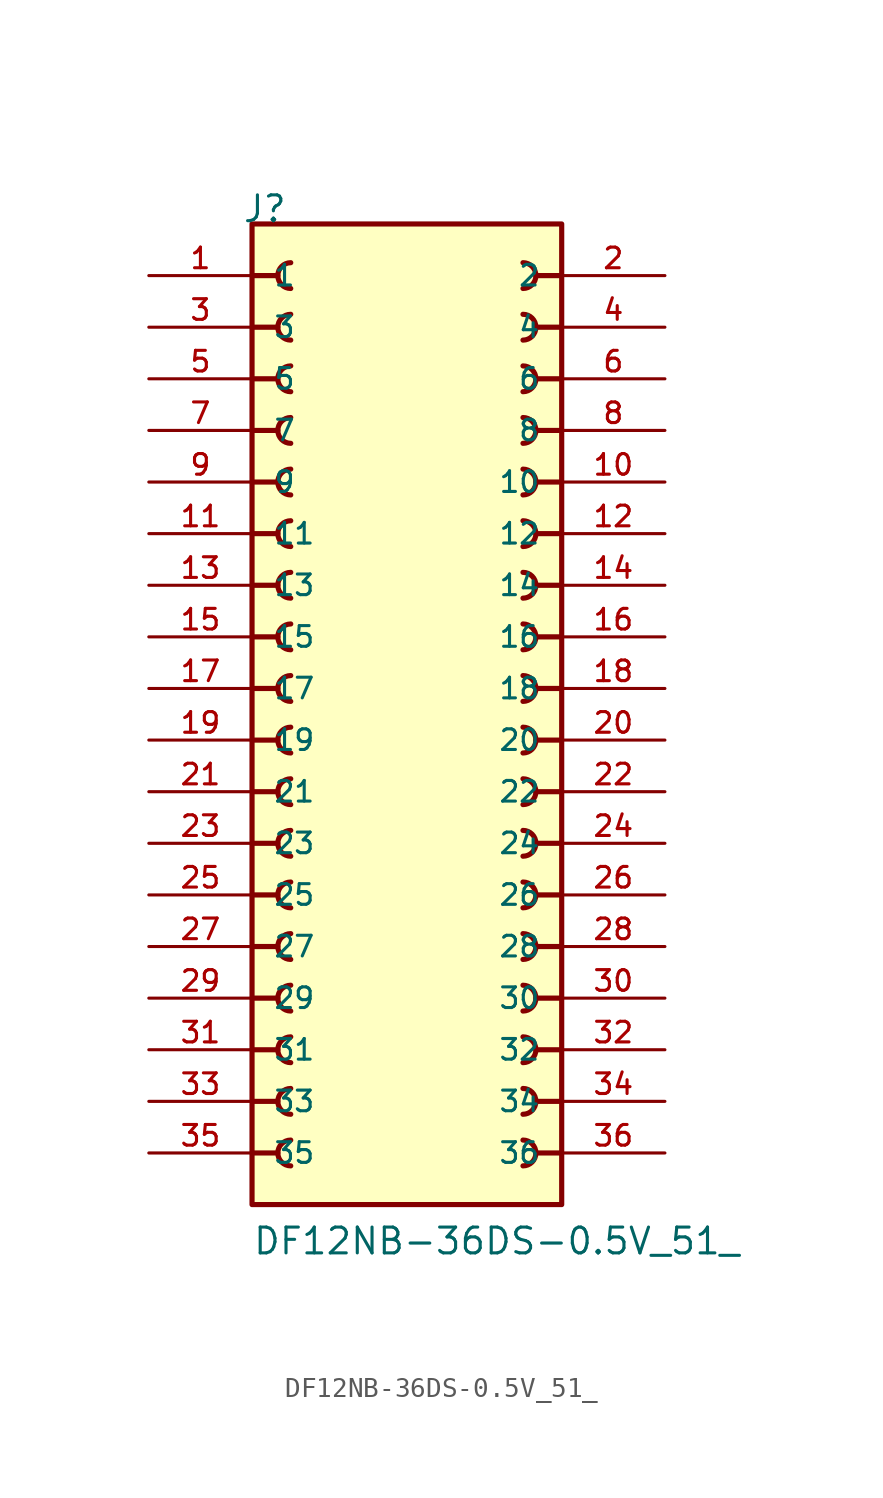
<source format=kicad_sym>
(kicad_symbol_lib
  (version 20211014)
  (generator kicad_symbol_editor)
  (symbol "DF12NB-36DS-0.5V_51_"
    (pin_names
      (offset 1.016))
    (property "Reference" "J"
      (at -8.12 25.4 0)
      (effects (font (size 1.27 1.27)) (justify bottom left)))
    (property "Value" "DF12NB-36DS-0.5V_51_"
      (at -7.62 -25.4 0)
      (effects (font (size 1.27 1.27)) (justify bottom left)))
    (symbol "DF12NB-36DS-0.5V_51__0_0"
      (polyline (pts (xy -7.62 22.86) (xy -6.35 22.86)) (stroke (width 0.254)))
      (arc (start -5.715 23.495) (mid -6.35 22.86) (end -5.715 22.225) (stroke (width 0.254) (type default) (color 0 0 0 0)) (fill (type none)))
      (polyline (pts (xy 7.62 22.86) (xy 6.35 22.86)) (stroke (width 0.254)))
      (arc (start 5.715 22.225) (mid 6.35 22.86) (end 5.715 23.495) (stroke (width 0.254) (type default) (color 0 0 0 0)) (fill (type none)))
      (polyline (pts (xy -7.62 20.32) (xy -6.35 20.32)) (stroke (width 0.254)))
      (arc (start -5.715 20.955) (mid -6.35 20.32) (end -5.715 19.685) (stroke (width 0.254) (type default) (color 0 0 0 0)) (fill (type none)))
      (polyline (pts (xy 7.62 20.32) (xy 6.35 20.32)) (stroke (width 0.254)))
      (arc (start 5.715 19.685) (mid 6.35 20.32) (end 5.715 20.955) (stroke (width 0.254) (type default) (color 0 0 0 0)) (fill (type none)))
      (polyline (pts (xy -7.62 17.78) (xy -6.35 17.78)) (stroke (width 0.254)))
      (arc (start -5.715 18.415) (mid -6.35 17.78) (end -5.715 17.145) (stroke (width 0.254) (type default) (color 0 0 0 0)) (fill (type none)))
      (polyline (pts (xy 7.62 17.78) (xy 6.35 17.78)) (stroke (width 0.254)))
      (arc (start 5.715 17.145) (mid 6.35 17.78) (end 5.715 18.415) (stroke (width 0.254) (type default) (color 0 0 0 0)) (fill (type none)))
      (polyline (pts (xy -7.62 15.24) (xy -6.35 15.24)) (stroke (width 0.254)))
      (arc (start -5.715 15.875) (mid -6.35 15.24) (end -5.715 14.605) (stroke (width 0.254) (type default) (color 0 0 0 0)) (fill (type none)))
      (polyline (pts (xy 7.62 15.24) (xy 6.35 15.24)) (stroke (width 0.254)))
      (arc (start 5.715 14.605) (mid 6.35 15.24) (end 5.715 15.875) (stroke (width 0.254) (type default) (color 0 0 0 0)) (fill (type none)))
      (polyline (pts (xy -7.62 12.7) (xy -6.35 12.7)) (stroke (width 0.254)))
      (arc (start -5.715 13.335) (mid -6.35 12.7) (end -5.715 12.065) (stroke (width 0.254) (type default) (color 0 0 0 0)) (fill (type none)))
      (polyline (pts (xy 7.62 12.7) (xy 6.35 12.7)) (stroke (width 0.254)))
      (arc (start 5.715 12.065) (mid 6.35 12.7) (end 5.715 13.335) (stroke (width 0.254) (type default) (color 0 0 0 0)) (fill (type none)))
      (polyline (pts (xy -7.62 10.16) (xy -6.35 10.16)) (stroke (width 0.254)))
      (arc (start -5.715 10.795) (mid -6.35 10.16) (end -5.715 9.525) (stroke (width 0.254) (type default) (color 0 0 0 0)) (fill (type none)))
      (polyline (pts (xy 7.62 10.16) (xy 6.35 10.16)) (stroke (width 0.254)))
      (arc (start 5.715 9.525) (mid 6.35 10.16) (end 5.715 10.795) (stroke (width 0.254) (type default) (color 0 0 0 0)) (fill (type none)))
      (polyline (pts (xy -7.62 7.62) (xy -6.35 7.62)) (stroke (width 0.254)))
      (arc (start -5.715 8.255) (mid -6.35 7.62) (end -5.715 6.985) (stroke (width 0.254) (type default) (color 0 0 0 0)) (fill (type none)))
      (polyline (pts (xy 7.62 7.62) (xy 6.35 7.62)) (stroke (width 0.254)))
      (arc (start 5.715 6.985) (mid 6.35 7.62) (end 5.715 8.255) (stroke (width 0.254) (type default) (color 0 0 0 0)) (fill (type none)))
      (polyline (pts (xy -7.62 5.08) (xy -6.35 5.08)) (stroke (width 0.254)))
      (arc (start -5.715 5.715) (mid -6.35 5.08) (end -5.715 4.445) (stroke (width 0.254) (type default) (color 0 0 0 0)) (fill (type none)))
      (polyline (pts (xy 7.62 5.08) (xy 6.35 5.08)) (stroke (width 0.254)))
      (arc (start 5.715 4.445) (mid 6.35 5.08) (end 5.715 5.715) (stroke (width 0.254) (type default) (color 0 0 0 0)) (fill (type none)))
      (polyline (pts (xy -7.62 2.54) (xy -6.35 2.54)) (stroke (width 0.254)))
      (arc (start -5.715 3.175) (mid -6.35 2.54) (end -5.715 1.905) (stroke (width 0.254) (type default) (color 0 0 0 0)) (fill (type none)))
      (polyline (pts (xy 7.62 2.54) (xy 6.35 2.54)) (stroke (width 0.254)))
      (arc (start 5.715 1.905) (mid 6.35 2.54) (end 5.715 3.175) (stroke (width 0.254) (type default) (color 0 0 0 0)) (fill (type none)))
      (polyline (pts (xy -7.62 0.0) (xy -6.35 0.0)) (stroke (width 0.254)))
      (arc (start -5.715 0.635) (mid -6.35 -0.0) (end -5.715 -0.635) (stroke (width 0.254) (type default) (color 0 0 0 0)) (fill (type none)))
      (polyline (pts (xy 7.62 0.0) (xy 6.35 0.0)) (stroke (width 0.254)))
      (arc (start 5.715 -0.635) (mid 6.35 0.0) (end 5.715 0.635) (stroke (width 0.254) (type default) (color 0 0 0 0)) (fill (type none)))
      (polyline (pts (xy -7.62 -2.54) (xy -6.35 -2.54)) (stroke (width 0.254)))
      (arc (start -5.715 -1.905) (mid -6.35 -2.54) (end -5.715 -3.175) (stroke (width 0.254) (type default) (color 0 0 0 0)) (fill (type none)))
      (polyline (pts (xy 7.62 -2.54) (xy 6.35 -2.54)) (stroke (width 0.254)))
      (arc (start 5.715 -3.175) (mid 6.35 -2.54) (end 5.715 -1.905) (stroke (width 0.254) (type default) (color 0 0 0 0)) (fill (type none)))
      (polyline (pts (xy -7.62 -5.08) (xy -6.35 -5.08)) (stroke (width 0.254)))
      (arc (start -5.715 -4.445) (mid -6.35 -5.08) (end -5.715 -5.715) (stroke (width 0.254) (type default) (color 0 0 0 0)) (fill (type none)))
      (polyline (pts (xy 7.62 -5.08) (xy 6.35 -5.08)) (stroke (width 0.254)))
      (arc (start 5.715 -5.715) (mid 6.35 -5.08) (end 5.715 -4.445) (stroke (width 0.254) (type default) (color 0 0 0 0)) (fill (type none)))
      (polyline (pts (xy -7.62 -7.62) (xy -6.35 -7.62)) (stroke (width 0.254)))
      (arc (start -5.715 -6.985) (mid -6.35 -7.62) (end -5.715 -8.255) (stroke (width 0.254) (type default) (color 0 0 0 0)) (fill (type none)))
      (polyline (pts (xy 7.62 -7.62) (xy 6.35 -7.62)) (stroke (width 0.254)))
      (arc (start 5.715 -8.255) (mid 6.35 -7.62) (end 5.715 -6.985) (stroke (width 0.254) (type default) (color 0 0 0 0)) (fill (type none)))
      (polyline (pts (xy -7.62 -10.16) (xy -6.35 -10.16)) (stroke (width 0.254)))
      (arc (start -5.715 -9.525) (mid -6.35 -10.16) (end -5.715 -10.795) (stroke (width 0.254) (type default) (color 0 0 0 0)) (fill (type none)))
      (polyline (pts (xy 7.62 -10.16) (xy 6.35 -10.16)) (stroke (width 0.254)))
      (arc (start 5.715 -10.795) (mid 6.35 -10.16) (end 5.715 -9.525) (stroke (width 0.254) (type default) (color 0 0 0 0)) (fill (type none)))
      (polyline (pts (xy -7.62 -12.7) (xy -6.35 -12.7)) (stroke (width 0.254)))
      (arc (start -5.715 -12.065) (mid -6.35 -12.7) (end -5.715 -13.335) (stroke (width 0.254) (type default) (color 0 0 0 0)) (fill (type none)))
      (polyline (pts (xy 7.62 -12.7) (xy 6.35 -12.7)) (stroke (width 0.254)))
      (arc (start 5.715 -13.335) (mid 6.35 -12.7) (end 5.715 -12.065) (stroke (width 0.254) (type default) (color 0 0 0 0)) (fill (type none)))
      (polyline (pts (xy -7.62 -15.24) (xy -6.35 -15.24)) (stroke (width 0.254)))
      (arc (start -5.715 -14.605) (mid -6.35 -15.24) (end -5.715 -15.875) (stroke (width 0.254) (type default) (color 0 0 0 0)) (fill (type none)))
      (polyline (pts (xy 7.62 -15.24) (xy 6.35 -15.24)) (stroke (width 0.254)))
      (arc (start 5.715 -15.875) (mid 6.35 -15.24) (end 5.715 -14.605) (stroke (width 0.254) (type default) (color 0 0 0 0)) (fill (type none)))
      (polyline (pts (xy -7.62 -17.78) (xy -6.35 -17.78)) (stroke (width 0.254)))
      (arc (start -5.715 -17.145) (mid -6.35 -17.78) (end -5.715 -18.415) (stroke (width 0.254) (type default) (color 0 0 0 0)) (fill (type none)))
      (polyline (pts (xy 7.62 -17.78) (xy 6.35 -17.78)) (stroke (width 0.254)))
      (arc (start 5.715 -18.415) (mid 6.35 -17.78) (end 5.715 -17.145) (stroke (width 0.254) (type default) (color 0 0 0 0)) (fill (type none)))
      (polyline (pts (xy -7.62 -20.32) (xy -6.35 -20.32)) (stroke (width 0.254)))
      (arc (start -5.715 -19.685) (mid -6.35 -20.32) (end -5.715 -20.955) (stroke (width 0.254) (type default) (color 0 0 0 0)) (fill (type none)))
      (polyline (pts (xy 7.62 -20.32) (xy 6.35 -20.32)) (stroke (width 0.254)))
      (arc (start 5.715 -20.955) (mid 6.35 -20.32) (end 5.715 -19.685) (stroke (width 0.254) (type default) (color 0 0 0 0)) (fill (type none)))
      (rectangle (start -7.62 -22.86) (end 7.62 25.4) (stroke (width 0.254)) (fill (type background)))
      (pin passive line (at -12.7 22.86 0) (length 5.08) (name "1" (effects (font (size 1.016 1.016)))) (number "1" (effects (font (size 1.016 1.016)))))
      (pin passive line (at 12.7 22.86 180.0) (length 5.08) (name "2" (effects (font (size 1.016 1.016)))) (number "2" (effects (font (size 1.016 1.016)))))
      (pin passive line (at -12.7 20.32 0) (length 5.08) (name "3" (effects (font (size 1.016 1.016)))) (number "3" (effects (font (size 1.016 1.016)))))
      (pin passive line (at 12.7 20.32 180.0) (length 5.08) (name "4" (effects (font (size 1.016 1.016)))) (number "4" (effects (font (size 1.016 1.016)))))
      (pin passive line (at -12.7 17.78 0) (length 5.08) (name "5" (effects (font (size 1.016 1.016)))) (number "5" (effects (font (size 1.016 1.016)))))
      (pin passive line (at 12.7 17.78 180.0) (length 5.08) (name "6" (effects (font (size 1.016 1.016)))) (number "6" (effects (font (size 1.016 1.016)))))
      (pin passive line (at -12.7 15.24 0) (length 5.08) (name "7" (effects (font (size 1.016 1.016)))) (number "7" (effects (font (size 1.016 1.016)))))
      (pin passive line (at 12.7 15.24 180.0) (length 5.08) (name "8" (effects (font (size 1.016 1.016)))) (number "8" (effects (font (size 1.016 1.016)))))
      (pin passive line (at -12.7 12.7 0) (length 5.08) (name "9" (effects (font (size 1.016 1.016)))) (number "9" (effects (font (size 1.016 1.016)))))
      (pin passive line (at 12.7 12.7 180.0) (length 5.08) (name "10" (effects (font (size 1.016 1.016)))) (number "10" (effects (font (size 1.016 1.016)))))
      (pin passive line (at -12.7 10.16 0) (length 5.08) (name "11" (effects (font (size 1.016 1.016)))) (number "11" (effects (font (size 1.016 1.016)))))
      (pin passive line (at 12.7 10.16 180.0) (length 5.08) (name "12" (effects (font (size 1.016 1.016)))) (number "12" (effects (font (size 1.016 1.016)))))
      (pin passive line (at -12.7 7.62 0) (length 5.08) (name "13" (effects (font (size 1.016 1.016)))) (number "13" (effects (font (size 1.016 1.016)))))
      (pin passive line (at 12.7 7.62 180.0) (length 5.08) (name "14" (effects (font (size 1.016 1.016)))) (number "14" (effects (font (size 1.016 1.016)))))
      (pin passive line (at -12.7 5.08 0) (length 5.08) (name "15" (effects (font (size 1.016 1.016)))) (number "15" (effects (font (size 1.016 1.016)))))
      (pin passive line (at 12.7 5.08 180.0) (length 5.08) (name "16" (effects (font (size 1.016 1.016)))) (number "16" (effects (font (size 1.016 1.016)))))
      (pin passive line (at -12.7 2.54 0) (length 5.08) (name "17" (effects (font (size 1.016 1.016)))) (number "17" (effects (font (size 1.016 1.016)))))
      (pin passive line (at 12.7 2.54 180.0) (length 5.08) (name "18" (effects (font (size 1.016 1.016)))) (number "18" (effects (font (size 1.016 1.016)))))
      (pin passive line (at -12.7 0.0 0) (length 5.08) (name "19" (effects (font (size 1.016 1.016)))) (number "19" (effects (font (size 1.016 1.016)))))
      (pin passive line (at 12.7 0.0 180.0) (length 5.08) (name "20" (effects (font (size 1.016 1.016)))) (number "20" (effects (font (size 1.016 1.016)))))
      (pin passive line (at -12.7 -2.54 0) (length 5.08) (name "21" (effects (font (size 1.016 1.016)))) (number "21" (effects (font (size 1.016 1.016)))))
      (pin passive line (at 12.7 -2.54 180.0) (length 5.08) (name "22" (effects (font (size 1.016 1.016)))) (number "22" (effects (font (size 1.016 1.016)))))
      (pin passive line (at -12.7 -5.08 0) (length 5.08) (name "23" (effects (font (size 1.016 1.016)))) (number "23" (effects (font (size 1.016 1.016)))))
      (pin passive line (at 12.7 -5.08 180.0) (length 5.08) (name "24" (effects (font (size 1.016 1.016)))) (number "24" (effects (font (size 1.016 1.016)))))
      (pin passive line (at -12.7 -7.62 0) (length 5.08) (name "25" (effects (font (size 1.016 1.016)))) (number "25" (effects (font (size 1.016 1.016)))))
      (pin passive line (at 12.7 -7.62 180.0) (length 5.08) (name "26" (effects (font (size 1.016 1.016)))) (number "26" (effects (font (size 1.016 1.016)))))
      (pin passive line (at -12.7 -10.16 0) (length 5.08) (name "27" (effects (font (size 1.016 1.016)))) (number "27" (effects (font (size 1.016 1.016)))))
      (pin passive line (at 12.7 -10.16 180.0) (length 5.08) (name "28" (effects (font (size 1.016 1.016)))) (number "28" (effects (font (size 1.016 1.016)))))
      (pin passive line (at -12.7 -12.7 0) (length 5.08) (name "29" (effects (font (size 1.016 1.016)))) (number "29" (effects (font (size 1.016 1.016)))))
      (pin passive line (at 12.7 -12.7 180.0) (length 5.08) (name "30" (effects (font (size 1.016 1.016)))) (number "30" (effects (font (size 1.016 1.016)))))
      (pin passive line (at -12.7 -15.24 0) (length 5.08) (name "31" (effects (font (size 1.016 1.016)))) (number "31" (effects (font (size 1.016 1.016)))))
      (pin passive line (at 12.7 -15.24 180.0) (length 5.08) (name "32" (effects (font (size 1.016 1.016)))) (number "32" (effects (font (size 1.016 1.016)))))
      (pin passive line (at -12.7 -17.78 0) (length 5.08) (name "33" (effects (font (size 1.016 1.016)))) (number "33" (effects (font (size 1.016 1.016)))))
      (pin passive line (at 12.7 -17.78 180.0) (length 5.08) (name "34" (effects (font (size 1.016 1.016)))) (number "34" (effects (font (size 1.016 1.016)))))
      (pin passive line (at -12.7 -20.32 0) (length 5.08) (name "35" (effects (font (size 1.016 1.016)))) (number "35" (effects (font (size 1.016 1.016)))))
      (pin passive line (at 12.7 -20.32 180.0) (length 5.08) (name "36" (effects (font (size 1.016 1.016)))) (number "36" (effects (font (size 1.016 1.016))))))))
</source>
